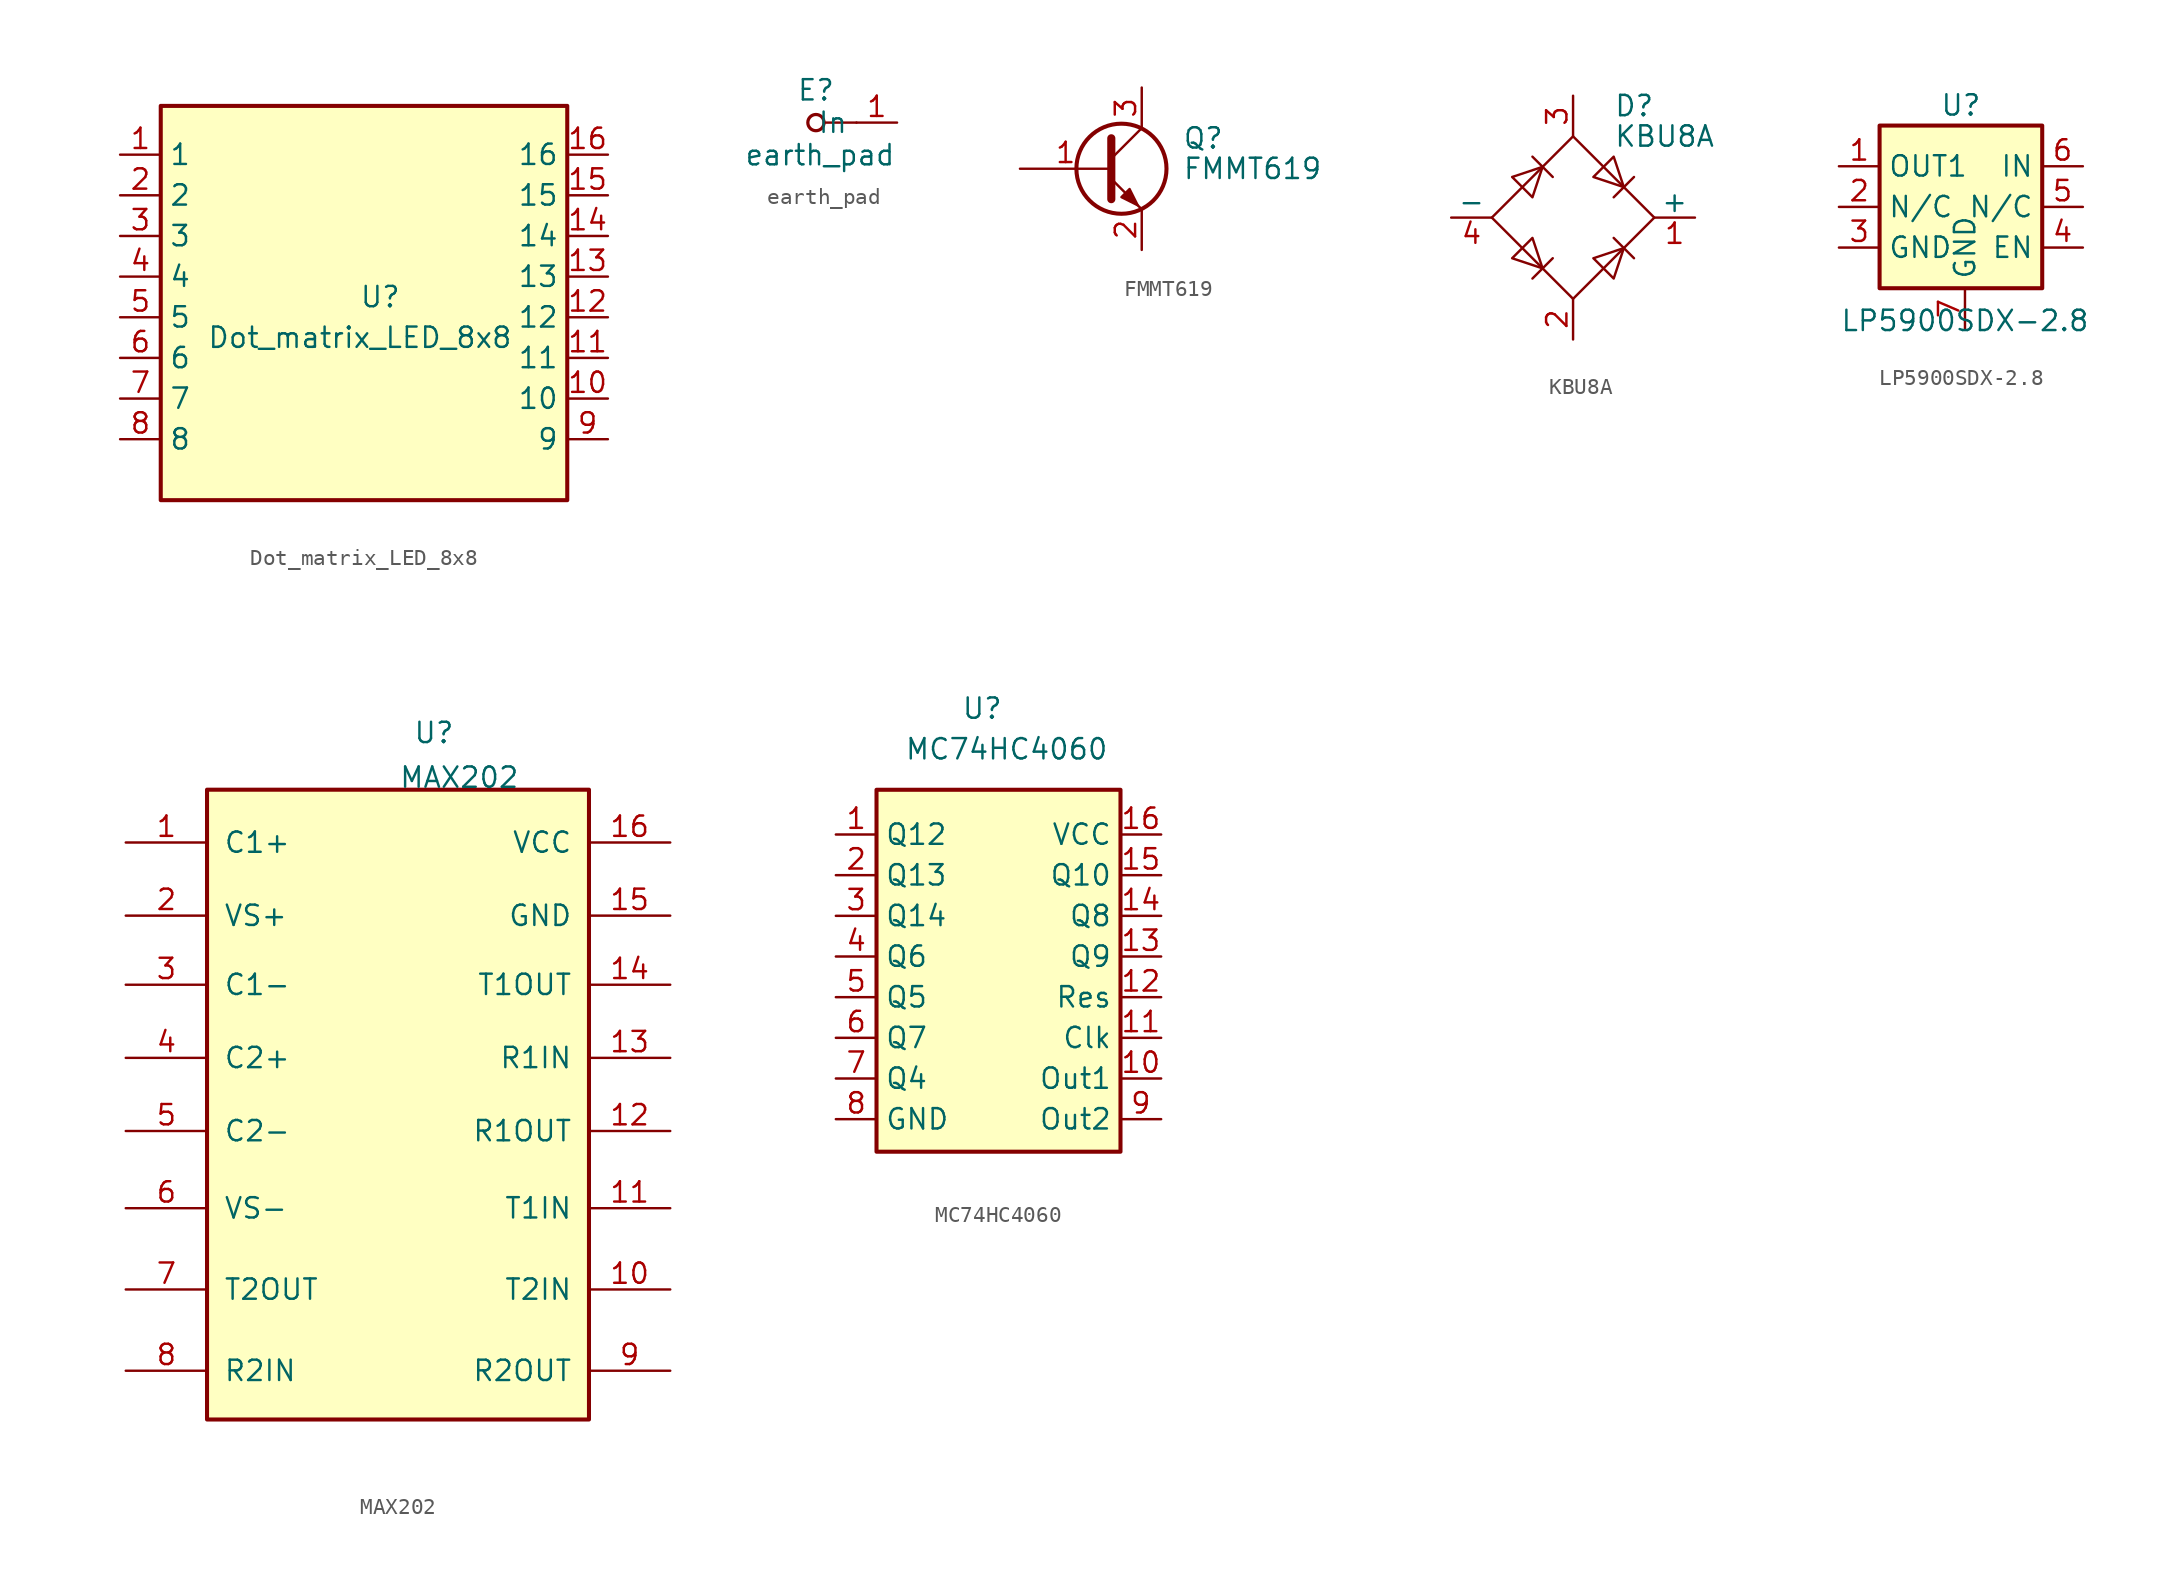
<source format=kicad_sym>
(kicad_symbol_lib
  (version 20211014)
  (generator kicad_symbol_editor)
  (symbol "Dot_matrix_LED_8x8"
    (property "Reference" "U"
      (at 0 0 0)
      (effects (font (size 1.27 1.27))))
    (property "Value" "Dot_matrix_LED_8x8"
      (at -1.27 -2.54 0)
      (effects (font (size 1.27 1.27))))
    (symbol "Dot_matrix_LED_8x8_0_1"
      (rectangle (start -13.716 11.938) (end 11.684 -12.7) (stroke (width 0.254) (type default) (color 0 0 0 0)) (fill (type background))))
    (symbol "Dot_matrix_LED_8x8_1_1"
      (pin input line (at -16.256 8.89 0) (length 2.54) (name "1" (effects (font (size 1.27 1.27)))) (number "1" (effects (font (size 1.27 1.27)))))
      (pin input line (at 14.224 -6.35 180) (length 2.54) (name "10" (effects (font (size 1.27 1.27)))) (number "10" (effects (font (size 1.27 1.27)))))
      (pin input line (at 14.224 -3.81 180) (length 2.54) (name "11" (effects (font (size 1.27 1.27)))) (number "11" (effects (font (size 1.27 1.27)))))
      (pin input line (at 14.224 -1.27 180) (length 2.54) (name "12" (effects (font (size 1.27 1.27)))) (number "12" (effects (font (size 1.27 1.27)))))
      (pin input line (at 14.224 1.27 180) (length 2.54) (name "13" (effects (font (size 1.27 1.27)))) (number "13" (effects (font (size 1.27 1.27)))))
      (pin input line (at 14.224 3.81 180) (length 2.54) (name "14" (effects (font (size 1.27 1.27)))) (number "14" (effects (font (size 1.27 1.27)))))
      (pin input line (at 14.224 6.35 180) (length 2.54) (name "15" (effects (font (size 1.27 1.27)))) (number "15" (effects (font (size 1.27 1.27)))))
      (pin input line (at 14.224 8.89 180) (length 2.54) (name "16" (effects (font (size 1.27 1.27)))) (number "16" (effects (font (size 1.27 1.27)))))
      (pin input line (at -16.256 6.35 0) (length 2.54) (name "2" (effects (font (size 1.27 1.27)))) (number "2" (effects (font (size 1.27 1.27)))))
      (pin input line (at -16.256 3.81 0) (length 2.54) (name "3" (effects (font (size 1.27 1.27)))) (number "3" (effects (font (size 1.27 1.27)))))
      (pin input line (at -16.256 1.27 0) (length 2.54) (name "4" (effects (font (size 1.27 1.27)))) (number "4" (effects (font (size 1.27 1.27)))))
      (pin input line (at -16.256 -1.27 0) (length 2.54) (name "5" (effects (font (size 1.27 1.27)))) (number "5" (effects (font (size 1.27 1.27)))))
      (pin input line (at -16.256 -3.81 0) (length 2.54) (name "6" (effects (font (size 1.27 1.27)))) (number "6" (effects (font (size 1.27 1.27)))))
      (pin input line (at -16.256 -6.35 0) (length 2.54) (name "7" (effects (font (size 1.27 1.27)))) (number "7" (effects (font (size 1.27 1.27)))))
      (pin input line (at -16.256 -8.89 0) (length 2.54) (name "8" (effects (font (size 1.27 1.27)))) (number "8" (effects (font (size 1.27 1.27)))))
      (pin input line (at 14.224 -8.89 180) (length 2.54) (name "9" (effects (font (size 1.27 1.27)))) (number "9" (effects (font (size 1.27 1.27)))))))
  (symbol "earth_pad"
    (property "Reference" "E"
      (at 0 2.032 0)
      (effects (font (size 1.27 1.27))))
    (property "Value" "earth_pad"
      (at 0.254 -2.032 0)
      (effects (font (size 1.27 1.27))))
    (symbol "earth_pad_0_1"
      (polyline (pts (xy 2.54 0) (xy 0.508 0)) (stroke (width 0) (type default) (color 0 0 0 0)) (fill (type none)))
      (circle (center 0 0) (radius 0.508) (stroke (width 0.203) (type default) (color 0 0 0 0)) (fill (type none))))
    (symbol "earth_pad_1_1"
      (pin passive line (at 5.08 0 180) (length 2.54) (name "In" (effects (font (size 1.27 1.27)))) (number "1" (effects (font (size 1.27 1.27)))))))
  (symbol "FMMT619"
    (pin_names
      (offset 0) hide)
    (property "Reference" "Q"
      (at 5.08 1.905 0)
      (effects (font (size 1.27 1.27)) (justify left)))
    (property "Value" "FMMT619"
      (at 5.08 0 0)
      (effects (font (size 1.27 1.27)) (justify left)))
    (symbol "FMMT619_0_1"
      (polyline (pts (xy 0.635 0.635) (xy 2.54 2.54)) (stroke (width 0) (type default) (color 0 0 0 0)) (fill (type none)))
      (polyline (pts (xy 0.635 -0.635) (xy 2.54 -2.54) (xy 2.54 -2.54)) (stroke (width 0) (type default) (color 0 0 0 0)) (fill (type none)))
      (polyline (pts (xy 0.635 1.905) (xy 0.635 -1.905) (xy 0.635 -1.905)) (stroke (width 0.508) (type default) (color 0 0 0 0)) (fill (type none)))
      (polyline (pts (xy 1.27 -1.778) (xy 1.778 -1.27) (xy 2.286 -2.286) (xy 1.27 -1.778) (xy 1.27 -1.778)) (stroke (width 0) (type default) (color 0 0 0 0)) (fill (type outline)))
      (circle (center 1.27 0) (radius 2.819) (stroke (width 0.254) (type default) (color 0 0 0 0)) (fill (type none))))
    (symbol "FMMT619_1_1"
      (pin passive line (at -5.08 0 0) (length 5.715) (name "B" (effects (font (size 1.27 1.27)))) (number "1" (effects (font (size 1.27 1.27)))))
      (pin passive line (at 2.54 -5.08 90) (length 2.54) (name "E" (effects (font (size 1.27 1.27)))) (number "2" (effects (font (size 1.27 1.27)))))
      (pin passive line (at 2.54 5.08 270) (length 2.54) (name "C" (effects (font (size 1.27 1.27)))) (number "3" (effects (font (size 1.27 1.27)))))))
  (symbol "KBU8A"
    (pin_names
      (offset 0))
    (property "Reference" "D"
      (at 2.54 6.985 0)
      (effects (font (size 1.27 1.27)) (justify left)))
    (property "Value" "KBU8A"
      (at 2.54 5.08 0)
      (effects (font (size 1.27 1.27)) (justify left)))
    (symbol "KBU8A_0_1"
      (polyline (pts (xy -2.54 3.81) (xy -1.27 2.54)) (stroke (width 0) (type default) (color 0 0 0 0)) (fill (type none)))
      (polyline (pts (xy -1.27 -2.54) (xy -2.54 -3.81)) (stroke (width 0) (type default) (color 0 0 0 0)) (fill (type none)))
      (polyline (pts (xy 2.54 -1.27) (xy 3.81 -2.54)) (stroke (width 0) (type default) (color 0 0 0 0)) (fill (type none)))
      (polyline (pts (xy 2.54 1.27) (xy 3.81 2.54)) (stroke (width 0) (type default) (color 0 0 0 0)) (fill (type none)))
      (polyline (pts (xy -3.81 2.54) (xy -2.54 1.27) (xy -1.905 3.175) (xy -3.81 2.54)) (stroke (width 0) (type default) (color 0 0 0 0)) (fill (type none)))
      (polyline (pts (xy -2.54 -1.27) (xy -3.81 -2.54) (xy -1.905 -3.175) (xy -2.54 -1.27)) (stroke (width 0) (type default) (color 0 0 0 0)) (fill (type none)))
      (polyline (pts (xy 1.27 2.54) (xy 2.54 3.81) (xy 3.175 1.905) (xy 1.27 2.54)) (stroke (width 0) (type default) (color 0 0 0 0)) (fill (type none)))
      (polyline (pts (xy 3.175 -1.905) (xy 1.27 -2.54) (xy 2.54 -3.81) (xy 3.175 -1.905)) (stroke (width 0) (type default) (color 0 0 0 0)) (fill (type none)))
      (polyline (pts (xy -5.08 0) (xy 0 -5.08) (xy 5.08 0) (xy 0 5.08) (xy -5.08 0)) (stroke (width 0) (type default) (color 0 0 0 0)) (fill (type none))))
    (symbol "KBU8A_1_1"
      (pin passive line (at 7.62 0 180) (length 2.54) (name "+" (effects (font (size 1.27 1.27)))) (number "1" (effects (font (size 1.27 1.27)))))
      (pin passive line (at 0 -7.62 90) (length 2.54) (name "~" (effects (font (size 1.27 1.27)))) (number "2" (effects (font (size 1.27 1.27)))))
      (pin passive line (at 0 7.62 270) (length 2.54) (name "~" (effects (font (size 1.27 1.27)))) (number "3" (effects (font (size 1.27 1.27)))))
      (pin passive line (at -7.62 0 0) (length 2.54) (name "-" (effects (font (size 1.27 1.27)))) (number "4" (effects (font (size 1.27 1.27)))))))
  (symbol "LP5900SDX-2.8"
    (property "Reference" "U"
      (at 0 6.35 0)
      (effects (font (size 1.27 1.27))))
    (property "Value" "LP5900SDX-2.8"
      (at 0.254 -7.112 0)
      (effects (font (size 1.27 1.27))))
    (symbol "LP5900SDX-2.8_0_1"
      (rectangle (start -5.08 -5.08) (end 5.08 5.08) (stroke (width 0.254) (type default) (color 0 0 0 0)) (fill (type background)))
      (pin passive line (at -7.62 2.54 0) (length 2.54) (name "OUT1" (effects (font (size 1.27 1.27)))) (number "1" (effects (font (size 1.27 1.27)))))
      (pin passive line (at -7.62 0 0) (length 2.54) (name "N/C" (effects (font (size 1.27 1.27)))) (number "2" (effects (font (size 1.27 1.27)))))
      (pin passive line (at -7.62 -2.54 0) (length 2.54) (name "GND" (effects (font (size 1.27 1.27)))) (number "3" (effects (font (size 1.27 1.27)))))
      (pin passive line (at 7.62 -2.54 180) (length 2.54) (name "EN" (effects (font (size 1.27 1.27)))) (number "4" (effects (font (size 1.27 1.27)))))
      (pin passive line (at 7.62 0 180) (length 2.54) (name "N/C" (effects (font (size 1.27 1.27)))) (number "5" (effects (font (size 1.27 1.27)))))
      (pin passive line (at 7.62 2.54 180) (length 2.54) (name "IN" (effects (font (size 1.27 1.27)))) (number "6" (effects (font (size 1.27 1.27)))))
      (pin passive line (at 0.254 -7.62 90) (length 2.54) (name "GND" (effects (font (size 1.27 1.27)))) (number "7" (effects (font (size 1.27 1.27)))))))
  (symbol "MAX202"
    (pin_names
      (offset 1.016))
    (property "Reference" "U"
      (at 0.762 23.622 0)
      (effects (font (size 1.27 1.27)) (justify right)))
    (property "Value" "MAX202"
      (at 4.826 20.828 0)
      (effects (font (size 1.27 1.27)) (justify right)))
    (symbol "MAX202_0_1"
      (rectangle (start -14.732 20.066) (end 9.144 -19.304) (stroke (width 0.254) (type default) (color 0 0 0 0)) (fill (type background))))
    (symbol "MAX202_1_1"
      (pin passive line (at -19.812 16.764 0) (length 5.08) (name "C1+" (effects (font (size 1.27 1.27)))) (number "1" (effects (font (size 1.27 1.27)))))
      (pin input line (at 14.224 -11.176 180) (length 5.08) (name "T2IN" (effects (font (size 1.27 1.27)))) (number "10" (effects (font (size 1.27 1.27)))))
      (pin input line (at 14.224 -6.096 180) (length 5.08) (name "T1IN" (effects (font (size 1.27 1.27)))) (number "11" (effects (font (size 1.27 1.27)))))
      (pin output line (at 14.224 -1.27 180) (length 5.08) (name "R1OUT" (effects (font (size 1.27 1.27)))) (number "12" (effects (font (size 1.27 1.27)))))
      (pin input line (at 14.224 3.302 180) (length 5.08) (name "R1IN" (effects (font (size 1.27 1.27)))) (number "13" (effects (font (size 1.27 1.27)))))
      (pin output line (at 14.224 7.874 180) (length 5.08) (name "T1OUT" (effects (font (size 1.27 1.27)))) (number "14" (effects (font (size 1.27 1.27)))))
      (pin passive line (at 14.224 12.192 180) (length 5.08) (name "GND" (effects (font (size 1.27 1.27)))) (number "15" (effects (font (size 1.27 1.27)))))
      (pin passive line (at 14.224 16.764 180) (length 5.08) (name "VCC" (effects (font (size 1.27 1.27)))) (number "16" (effects (font (size 1.27 1.27)))))
      (pin power_out line (at -19.812 12.192 0) (length 5.08) (name "VS+" (effects (font (size 1.27 1.27)))) (number "2" (effects (font (size 1.27 1.27)))))
      (pin passive line (at -19.812 7.874 0) (length 5.08) (name "C1-" (effects (font (size 1.27 1.27)))) (number "3" (effects (font (size 1.27 1.27)))))
      (pin passive line (at -19.812 3.302 0) (length 5.08) (name "C2+" (effects (font (size 1.27 1.27)))) (number "4" (effects (font (size 1.27 1.27)))))
      (pin passive line (at -19.812 -1.27 0) (length 5.08) (name "C2-" (effects (font (size 1.27 1.27)))) (number "5" (effects (font (size 1.27 1.27)))))
      (pin power_out line (at -19.812 -6.096 0) (length 5.08) (name "VS-" (effects (font (size 1.27 1.27)))) (number "6" (effects (font (size 1.27 1.27)))))
      (pin output line (at -19.812 -11.176 0) (length 5.08) (name "T2OUT" (effects (font (size 1.27 1.27)))) (number "7" (effects (font (size 1.27 1.27)))))
      (pin input line (at -19.812 -16.256 0) (length 5.08) (name "R2IN" (effects (font (size 1.27 1.27)))) (number "8" (effects (font (size 1.27 1.27)))))
      (pin output line (at 14.224 -16.256 180) (length 5.08) (name "R2OUT" (effects (font (size 1.27 1.27)))) (number "9" (effects (font (size 1.27 1.27)))))))
  (symbol "MC74HC4060"
    (property "Reference" "U"
      (at 1.524 17.272 0)
      (effects (font (size 1.27 1.27))))
    (property "Value" "MC74HC4060"
      (at 3.048 14.732 0)
      (effects (font (size 1.27 1.27))))
    (symbol "MC74HC4060_1_0"
      (pin passive line (at -7.62 9.398 0) (length 2.54) (name "Q12" (effects (font (size 1.27 1.27)))) (number "1" (effects (font (size 1.27 1.27)))))
      (pin passive line (at 12.7 -5.842 180) (length 2.54) (name "Out1" (effects (font (size 1.27 1.27)))) (number "10" (effects (font (size 1.27 1.27)))))
      (pin passive line (at 12.7 -3.302 180) (length 2.54) (name "Clk" (effects (font (size 1.27 1.27)))) (number "11" (effects (font (size 1.27 1.27)))))
      (pin passive line (at 12.7 -0.762 180) (length 2.54) (name "Res" (effects (font (size 1.27 1.27)))) (number "12" (effects (font (size 1.27 1.27)))))
      (pin passive line (at 12.7 1.778 180) (length 2.54) (name "Q9" (effects (font (size 1.27 1.27)))) (number "13" (effects (font (size 1.27 1.27)))))
      (pin passive line (at 12.7 4.318 180) (length 2.54) (name "Q8" (effects (font (size 1.27 1.27)))) (number "14" (effects (font (size 1.27 1.27)))))
      (pin passive line (at 12.7 6.858 180) (length 2.54) (name "Q10" (effects (font (size 1.27 1.27)))) (number "15" (effects (font (size 1.27 1.27)))))
      (pin passive line (at 12.7 9.398 180) (length 2.54) (name "VCC" (effects (font (size 1.27 1.27)))) (number "16" (effects (font (size 1.27 1.27)))))
      (pin passive line (at -7.62 6.858 0) (length 2.54) (name "Q13" (effects (font (size 1.27 1.27)))) (number "2" (effects (font (size 1.27 1.27)))))
      (pin passive line (at -7.62 4.318 0) (length 2.54) (name "Q14" (effects (font (size 1.27 1.27)))) (number "3" (effects (font (size 1.27 1.27)))))
      (pin passive line (at -7.62 1.778 0) (length 2.54) (name "Q6" (effects (font (size 1.27 1.27)))) (number "4" (effects (font (size 1.27 1.27)))))
      (pin passive line (at -7.62 -0.762 0) (length 2.54) (name "Q5" (effects (font (size 1.27 1.27)))) (number "5" (effects (font (size 1.27 1.27)))))
      (pin passive line (at -7.62 -3.302 0) (length 2.54) (name "Q7" (effects (font (size 1.27 1.27)))) (number "6" (effects (font (size 1.27 1.27)))))
      (pin passive line (at -7.62 -5.842 0) (length 2.54) (name "Q4" (effects (font (size 1.27 1.27)))) (number "7" (effects (font (size 1.27 1.27)))))
      (pin passive line (at -7.62 -8.382 0) (length 2.54) (name "GND" (effects (font (size 1.27 1.27)))) (number "8" (effects (font (size 1.27 1.27)))))
      (pin passive line (at 12.7 -8.382 180) (length 2.54) (name "Out2" (effects (font (size 1.27 1.27)))) (number "9" (effects (font (size 1.27 1.27))))))
    (symbol "MC74HC4060_1_1"
      (rectangle (start -5.08 12.192) (end 10.16 -10.414) (stroke (width 0.254) (type default) (color 0 0 0 0)) (fill (type background))))))
</source>
